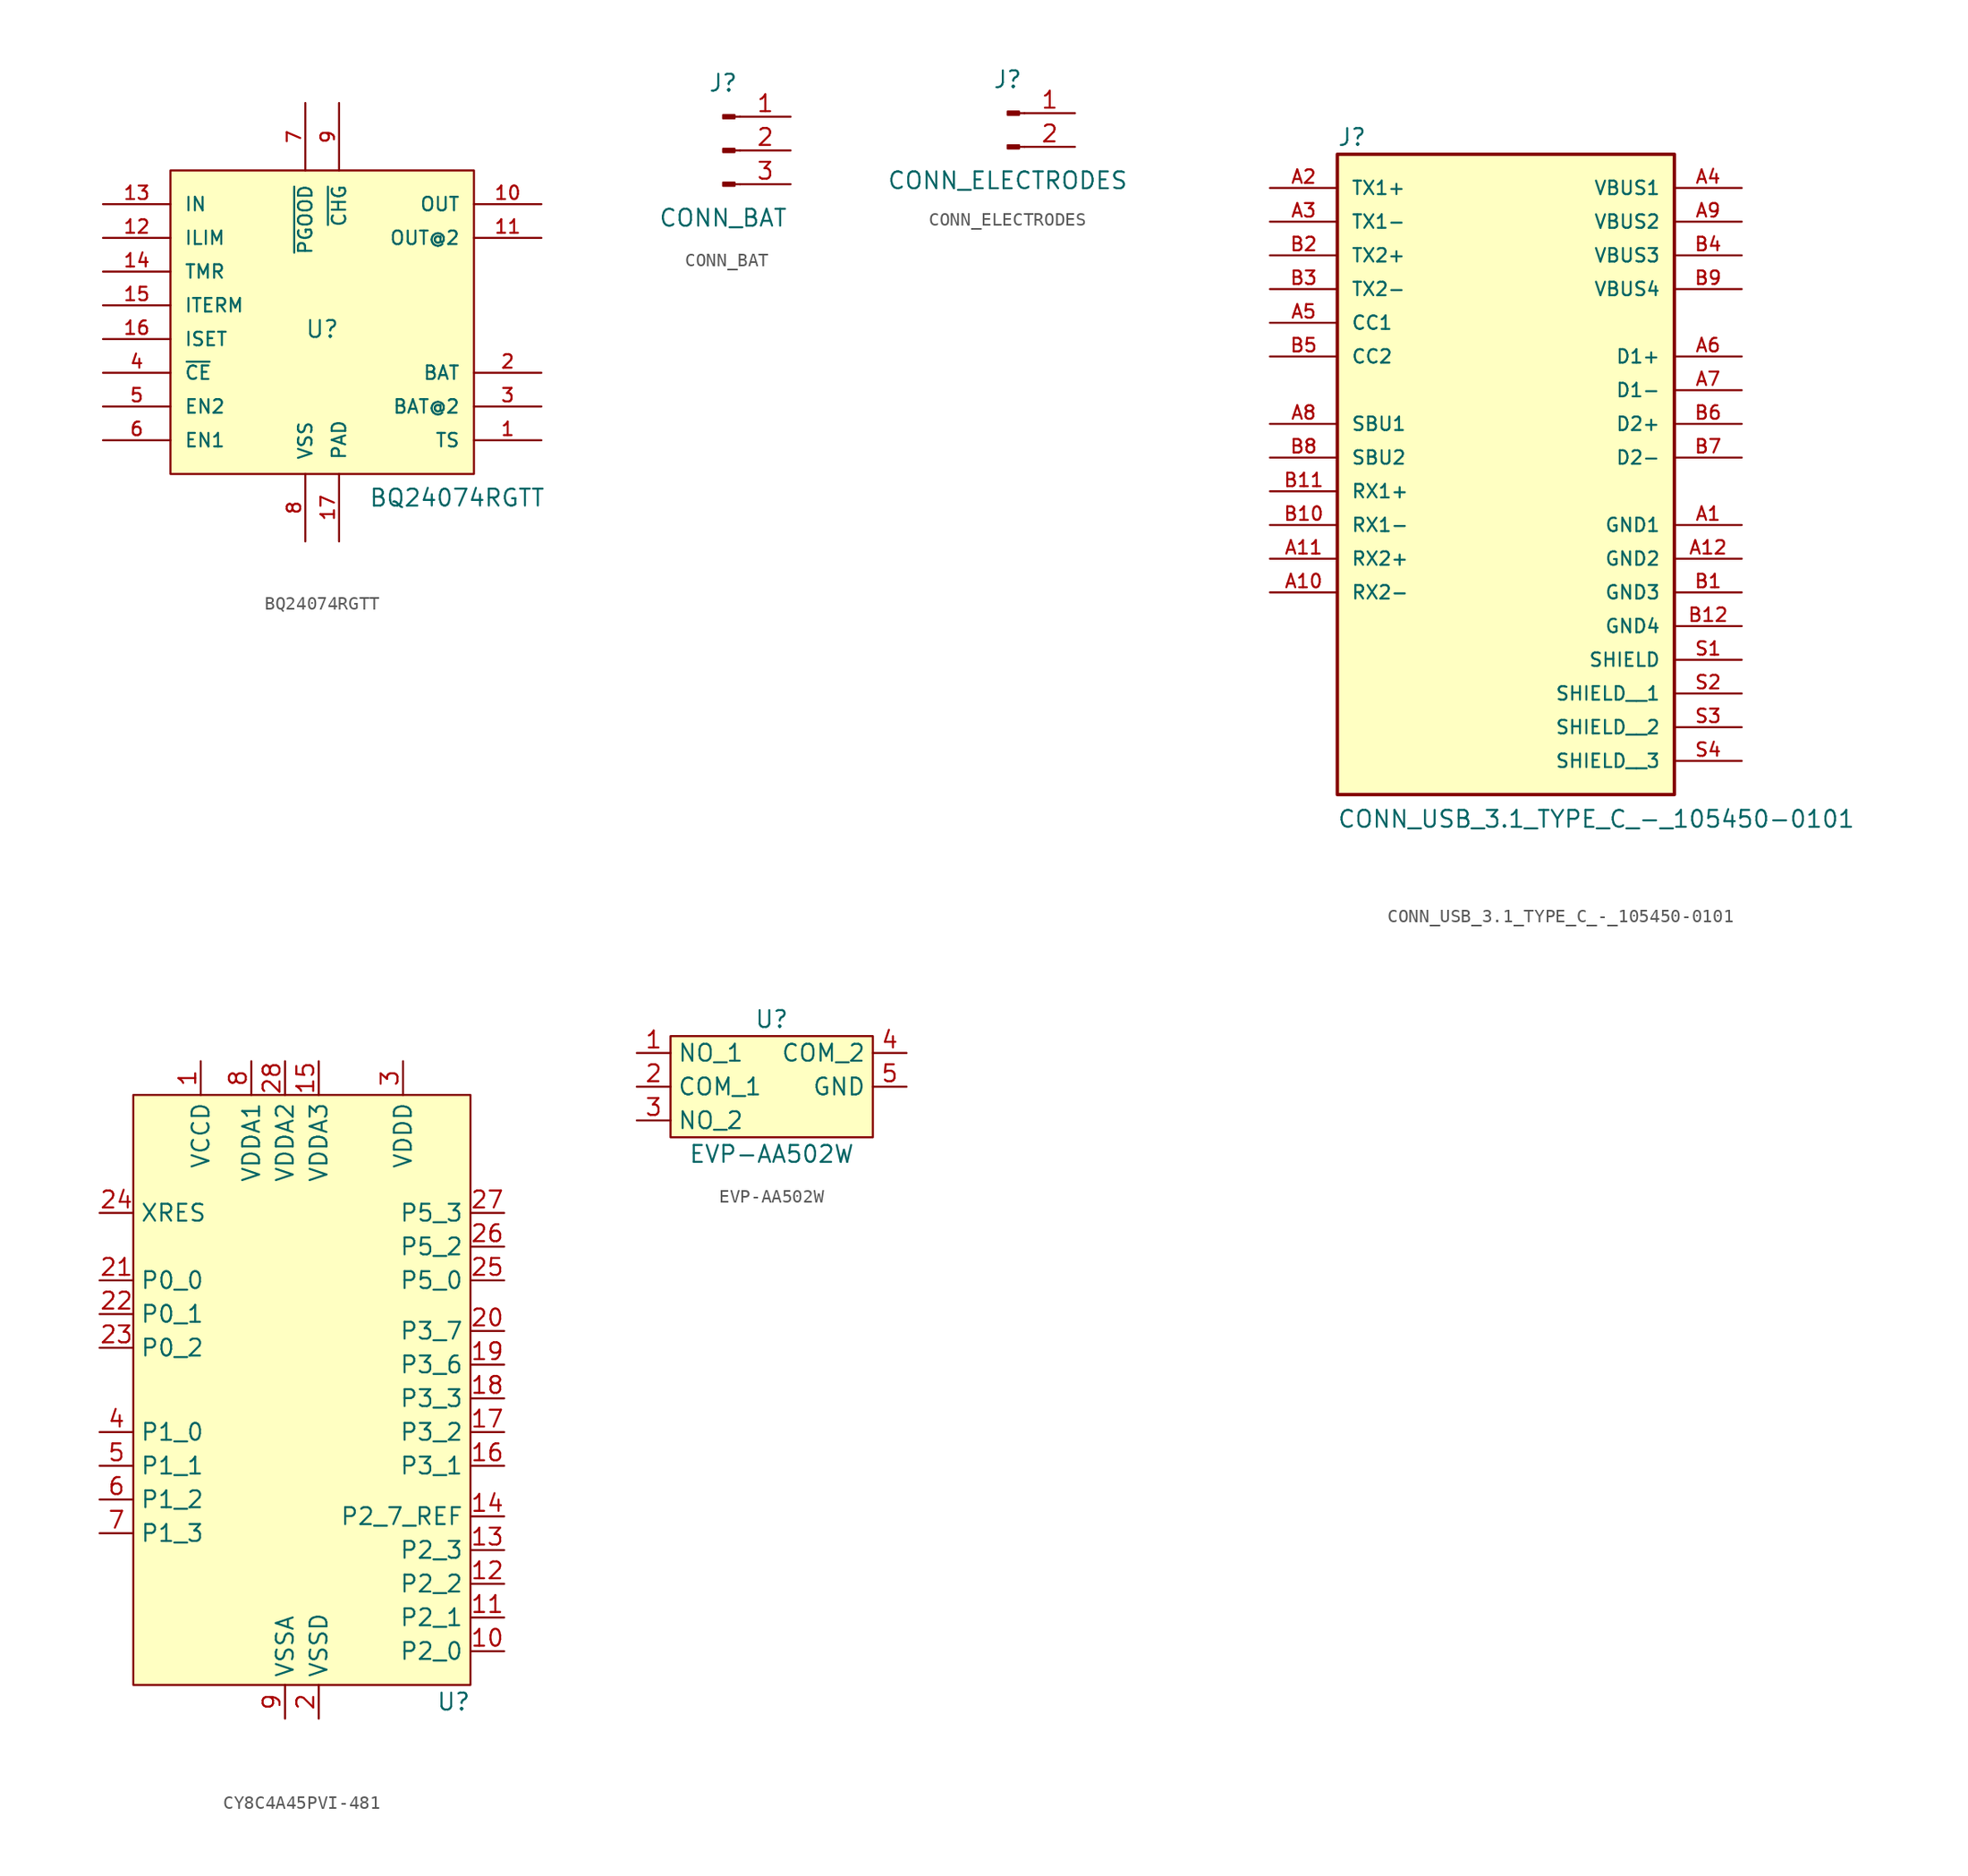
<source format=kicad_sym>
(kicad_symbol_lib
  (version 20241209)
  (generator "kicad_symbol_editor")
  (generator_version "9.0")
  (symbol "BQ24074RGTT"
    (pin_names
      (offset 1.016))
    (property "Reference" "U"
      (at 11.43 10.16 0)
      (effects (font (size 1.27 1.27)) (justify bottom)))
    (property "Value" "BQ24074RGTT"
      (at 21.59 -2.54 0)
      (effects (font (size 1.27 1.27)) (justify bottom)))
    (symbol "BQ24074RGTT_0_0"
      (rectangle (start 0 0) (end 22.86 22.86) (stroke (width 0.152) (type default)) (fill (type background)))
      (pin bidirectional line (at -5.08 20.32 0) (length 5.08) (name "IN" (effects (font (size 1.016 1.016)))) (number "13" (effects (font (size 1.016 1.016)))))
      (pin bidirectional line (at -5.08 17.78 0) (length 5.08) (name "ILIM" (effects (font (size 1.016 1.016)))) (number "12" (effects (font (size 1.016 1.016)))))
      (pin bidirectional line (at -5.08 15.24 0) (length 5.08) (name "TMR" (effects (font (size 1.016 1.016)))) (number "14" (effects (font (size 1.016 1.016)))))
      (pin bidirectional line (at -5.08 12.7 0) (length 5.08) (name "ITERM" (effects (font (size 1.016 1.016)))) (number "15" (effects (font (size 1.016 1.016)))))
      (pin bidirectional line (at -5.08 10.16 0) (length 5.08) (name "ISET" (effects (font (size 1.016 1.016)))) (number "16" (effects (font (size 1.016 1.016)))))
      (pin bidirectional line (at -5.08 7.62 0) (length 5.08) (name "~{CE}" (effects (font (size 1.016 1.016)))) (number "4" (effects (font (size 1.016 1.016)))))
      (pin bidirectional line (at -5.08 5.08 0) (length 5.08) (name "EN2" (effects (font (size 1.016 1.016)))) (number "5" (effects (font (size 1.016 1.016)))))
      (pin bidirectional line (at -5.08 2.54 0) (length 5.08) (name "EN1" (effects (font (size 1.016 1.016)))) (number "6" (effects (font (size 1.016 1.016)))))
      (pin bidirectional line (at 10.16 27.94 270) (length 5.08) (name "~{PGOOD}" (effects (font (size 1.016 1.016)))) (number "7" (effects (font (size 1.016 1.016)))))
      (pin bidirectional line (at 10.16 -5.08 90) (length 5.08) (name "VSS" (effects (font (size 1.016 1.016)))) (number "8" (effects (font (size 1.016 1.016)))))
      (pin bidirectional line (at 12.7 27.94 270) (length 5.08) (name "~{CHG}" (effects (font (size 1.016 1.016)))) (number "9" (effects (font (size 1.016 1.016)))))
      (pin bidirectional line (at 12.7 -5.08 90) (length 5.08) (name "PAD" (effects (font (size 1.016 1.016)))) (number "17" (effects (font (size 1.016 1.016)))))
      (pin bidirectional line (at 27.94 20.32 180) (length 5.08) (name "OUT" (effects (font (size 1.016 1.016)))) (number "10" (effects (font (size 1.016 1.016)))))
      (pin bidirectional line (at 27.94 17.78 180) (length 5.08) (name "OUT@2" (effects (font (size 1.016 1.016)))) (number "11" (effects (font (size 1.016 1.016)))))
      (pin bidirectional line (at 27.94 7.62 180) (length 5.08) (name "BAT" (effects (font (size 1.016 1.016)))) (number "2" (effects (font (size 1.016 1.016)))))
      (pin bidirectional line (at 27.94 5.08 180) (length 5.08) (name "BAT@2" (effects (font (size 1.016 1.016)))) (number "3" (effects (font (size 1.016 1.016)))))
      (pin bidirectional line (at 27.94 2.54 180) (length 5.08) (name "TS" (effects (font (size 1.016 1.016)))) (number "1" (effects (font (size 1.016 1.016)))))))
  (symbol "CONN_BAT"
    (pin_names
      (offset 1.016)
      (hide yes))
    (property "Reference" "J"
      (at 0 5.08 0)
      (effects (font (size 1.27 1.27))))
    (property "Value" "CONN_BAT"
      (at 0 -5.08 0)
      (effects (font (size 1.27 1.27))))
    (property "ki_locked" ""
      (at 0 0 0)
      (effects (font (size 1.27 1.27))))
    (symbol "CONN_BAT_1_1"
      (rectangle (start 0.864 2.667) (end 0 2.413) (stroke (width 0.152) (type default)) (fill (type outline)))
      (rectangle (start 0.864 0.127) (end 0 -0.127) (stroke (width 0.152) (type default)) (fill (type outline)))
      (rectangle (start 0.864 -2.413) (end 0 -2.667) (stroke (width 0.152) (type default)) (fill (type outline)))
      (polyline (pts (xy 1.27 2.54) (xy 0.864 2.54)) (stroke (width 0.152) (type default)) (fill (type none)))
      (polyline (pts (xy 1.27 0) (xy 0.864 0)) (stroke (width 0.152) (type default)) (fill (type none)))
      (polyline (pts (xy 1.27 -2.54) (xy 0.864 -2.54)) (stroke (width 0.152) (type default)) (fill (type none)))
      (pin passive line (at 5.08 2.54 180) (length 3.81) (name "Pin_1" (effects (font (size 1.27 1.27)))) (number "1" (effects (font (size 1.27 1.27)))))
      (pin passive line (at 5.08 0 180) (length 3.81) (name "Pin_2" (effects (font (size 1.27 1.27)))) (number "2" (effects (font (size 1.27 1.27)))))
      (pin passive line (at 5.08 -2.54 180) (length 3.81) (name "Pin_3" (effects (font (size 1.27 1.27)))) (number "3" (effects (font (size 1.27 1.27)))))))
  (symbol "CONN_ELECTRODES"
    (pin_names
      (offset 1.016)
      (hide yes))
    (property "Reference" "J"
      (at 0 5.08 0)
      (effects (font (size 1.27 1.27))))
    (property "Value" "CONN_ELECTRODES"
      (at 0 -2.54 0)
      (effects (font (size 1.27 1.27))))
    (property "ki_locked" ""
      (at 0 0 0)
      (effects (font (size 1.27 1.27))))
    (symbol "CONN_ELECTRODES_1_1"
      (rectangle (start 0 2.667) (end 0.864 2.413) (stroke (width 0.152) (type default)) (fill (type outline)))
      (rectangle (start 0 0.127) (end 0.864 -0.127) (stroke (width 0.152) (type default)) (fill (type outline)))
      (polyline (pts (xy 1.27 2.54) (xy 0.864 2.54)) (stroke (width 0.152) (type default)) (fill (type none)))
      (polyline (pts (xy 1.27 0) (xy 0.864 0)) (stroke (width 0.152) (type default)) (fill (type none)))
      (pin passive line (at 5.08 2.54 180) (length 3.81) (name "Pin_1" (effects (font (size 1.27 1.27)))) (number "1" (effects (font (size 1.27 1.27)))))
      (pin passive line (at 5.08 0 180) (length 3.81) (name "Pin_2" (effects (font (size 1.27 1.27)))) (number "2" (effects (font (size 1.27 1.27)))))))
  (symbol "CONN_USB_3.1_TYPE_C_-_105450-0101"
    (pin_names
      (offset 1.016))
    (property "Reference" "J"
      (at -12.721 20.86 0)
      (effects (font (size 1.27 1.27)) (justify left bottom)))
    (property "Value" "CONN_USB_3.1_TYPE_C_-_105450-0101"
      (at -12.726 -30.527 0)
      (effects (font (size 1.27 1.27)) (justify left bottom)))
    (symbol "CONN_USB_3.1_TYPE_C_-_105450-0101_0_0"
      (rectangle (start -12.7 -27.94) (end 12.7 20.32) (stroke (width 0.254) (type default)) (fill (type background)))
      (pin passive line (at -17.78 17.78 0) (length 5.08) (name "TX1+" (effects (font (size 1.016 1.016)))) (number "A2" (effects (font (size 1.016 1.016)))))
      (pin passive line (at -17.78 15.24 0) (length 5.08) (name "TX1-" (effects (font (size 1.016 1.016)))) (number "A3" (effects (font (size 1.016 1.016)))))
      (pin passive line (at -17.78 12.7 0) (length 5.08) (name "TX2+" (effects (font (size 1.016 1.016)))) (number "B2" (effects (font (size 1.016 1.016)))))
      (pin passive line (at -17.78 10.16 0) (length 5.08) (name "TX2-" (effects (font (size 1.016 1.016)))) (number "B3" (effects (font (size 1.016 1.016)))))
      (pin passive line (at -17.78 7.62 0) (length 5.08) (name "CC1" (effects (font (size 1.016 1.016)))) (number "A5" (effects (font (size 1.016 1.016)))))
      (pin passive line (at -17.78 5.08 0) (length 5.08) (name "CC2" (effects (font (size 1.016 1.016)))) (number "B5" (effects (font (size 1.016 1.016)))))
      (pin passive line (at -17.78 0 0) (length 5.08) (name "SBU1" (effects (font (size 1.016 1.016)))) (number "A8" (effects (font (size 1.016 1.016)))))
      (pin passive line (at -17.78 -2.54 0) (length 5.08) (name "SBU2" (effects (font (size 1.016 1.016)))) (number "B8" (effects (font (size 1.016 1.016)))))
      (pin passive line (at -17.78 -5.08 0) (length 5.08) (name "RX1+" (effects (font (size 1.016 1.016)))) (number "B11" (effects (font (size 1.016 1.016)))))
      (pin passive line (at -17.78 -7.62 0) (length 5.08) (name "RX1-" (effects (font (size 1.016 1.016)))) (number "B10" (effects (font (size 1.016 1.016)))))
      (pin passive line (at -17.78 -10.16 0) (length 5.08) (name "RX2+" (effects (font (size 1.016 1.016)))) (number "A11" (effects (font (size 1.016 1.016)))))
      (pin passive line (at -17.78 -12.7 0) (length 5.08) (name "RX2-" (effects (font (size 1.016 1.016)))) (number "A10" (effects (font (size 1.016 1.016)))))
      (pin passive line (at 17.78 17.78 180) (length 5.08) (name "VBUS1" (effects (font (size 1.016 1.016)))) (number "A4" (effects (font (size 1.016 1.016)))))
      (pin passive line (at 17.78 15.24 180) (length 5.08) (name "VBUS2" (effects (font (size 1.016 1.016)))) (number "A9" (effects (font (size 1.016 1.016)))))
      (pin passive line (at 17.78 12.7 180) (length 5.08) (name "VBUS3" (effects (font (size 1.016 1.016)))) (number "B4" (effects (font (size 1.016 1.016)))))
      (pin passive line (at 17.78 10.16 180) (length 5.08) (name "VBUS4" (effects (font (size 1.016 1.016)))) (number "B9" (effects (font (size 1.016 1.016)))))
      (pin passive line (at 17.78 5.08 180) (length 5.08) (name "D1+" (effects (font (size 1.016 1.016)))) (number "A6" (effects (font (size 1.016 1.016)))))
      (pin passive line (at 17.78 2.54 180) (length 5.08) (name "D1-" (effects (font (size 1.016 1.016)))) (number "A7" (effects (font (size 1.016 1.016)))))
      (pin passive line (at 17.78 0 180) (length 5.08) (name "D2+" (effects (font (size 1.016 1.016)))) (number "B6" (effects (font (size 1.016 1.016)))))
      (pin passive line (at 17.78 -2.54 180) (length 5.08) (name "D2-" (effects (font (size 1.016 1.016)))) (number "B7" (effects (font (size 1.016 1.016)))))
      (pin passive line (at 17.78 -7.62 180) (length 5.08) (name "GND1" (effects (font (size 1.016 1.016)))) (number "A1" (effects (font (size 1.016 1.016)))))
      (pin passive line (at 17.78 -10.16 180) (length 5.08) (name "GND2" (effects (font (size 1.016 1.016)))) (number "A12" (effects (font (size 1.016 1.016)))))
      (pin passive line (at 17.78 -12.7 180) (length 5.08) (name "GND3" (effects (font (size 1.016 1.016)))) (number "B1" (effects (font (size 1.016 1.016)))))
      (pin passive line (at 17.78 -15.24 180) (length 5.08) (name "GND4" (effects (font (size 1.016 1.016)))) (number "B12" (effects (font (size 1.016 1.016)))))
      (pin passive line (at 17.78 -17.78 180) (length 5.08) (name "SHIELD" (effects (font (size 1.016 1.016)))) (number "S1" (effects (font (size 1.016 1.016)))))
      (pin passive line (at 17.78 -20.32 180) (length 5.08) (name "SHIELD__1" (effects (font (size 1.016 1.016)))) (number "S2" (effects (font (size 1.016 1.016)))))
      (pin passive line (at 17.78 -22.86 180) (length 5.08) (name "SHIELD__2" (effects (font (size 1.016 1.016)))) (number "S3" (effects (font (size 1.016 1.016)))))
      (pin passive line (at 17.78 -25.4 180) (length 5.08) (name "SHIELD__3" (effects (font (size 1.016 1.016)))) (number "S4" (effects (font (size 1.016 1.016)))))))
  (symbol "CY8C4A45PVI-481"
    (property "Reference" "U"
      (at 11.43 -31.75 0)
      (effects (font (size 1.27 1.27))))
    (property "Value" ""
      (at 0 0 0)
      (effects (font (size 1.27 1.27))))
    (symbol "CY8C4A45PVI-481_1_1"
      (rectangle (start -12.7 13.97) (end 12.7 -30.48) (stroke (width 0) (type default)) (fill (type background)))
      (pin input line (at -15.24 5.08 0) (length 2.54) (name "XRES" (effects (font (size 1.27 1.27)))) (number "24" (effects (font (size 1.27 1.27)))))
      (pin input line (at -15.24 0 0) (length 2.54) (name "P0_0" (effects (font (size 1.27 1.27)))) (number "21" (effects (font (size 1.27 1.27)))))
      (pin input line (at -15.24 -2.54 0) (length 2.54) (name "P0_1" (effects (font (size 1.27 1.27)))) (number "22" (effects (font (size 1.27 1.27)))))
      (pin input line (at -15.24 -5.08 0) (length 2.54) (name "P0_2" (effects (font (size 1.27 1.27)))) (number "23" (effects (font (size 1.27 1.27)))))
      (pin input line (at -15.24 -11.43 0) (length 2.54) (name "P1_0" (effects (font (size 1.27 1.27)))) (number "4" (effects (font (size 1.27 1.27)))))
      (pin input line (at -15.24 -13.97 0) (length 2.54) (name "P1_1" (effects (font (size 1.27 1.27)))) (number "5" (effects (font (size 1.27 1.27)))))
      (pin input line (at -15.24 -16.51 0) (length 2.54) (name "P1_2" (effects (font (size 1.27 1.27)))) (number "6" (effects (font (size 1.27 1.27)))))
      (pin input line (at -15.24 -19.05 0) (length 2.54) (name "P1_3" (effects (font (size 1.27 1.27)))) (number "7" (effects (font (size 1.27 1.27)))))
      (pin input line (at -7.62 16.51 270) (length 2.54) (name "VCCD" (effects (font (size 1.27 1.27)))) (number "1" (effects (font (size 1.27 1.27)))))
      (pin input line (at -3.81 16.51 270) (length 2.54) (name "VDDA1" (effects (font (size 1.27 1.27)))) (number "8" (effects (font (size 1.27 1.27)))))
      (pin input line (at -1.27 16.51 270) (length 2.54) (name "VDDA2" (effects (font (size 1.27 1.27)))) (number "28" (effects (font (size 1.27 1.27)))))
      (pin input line (at -1.27 -33.02 90) (length 2.54) (name "VSSA" (effects (font (size 1.27 1.27)))) (number "9" (effects (font (size 1.27 1.27)))))
      (pin input line (at 1.27 16.51 270) (length 2.54) (name "VDDA3" (effects (font (size 1.27 1.27)))) (number "15" (effects (font (size 1.27 1.27)))))
      (pin input line (at 1.27 -33.02 90) (length 2.54) (name "VSSD" (effects (font (size 1.27 1.27)))) (number "2" (effects (font (size 1.27 1.27)))))
      (pin input line (at 7.62 16.51 270) (length 2.54) (name "VDDD" (effects (font (size 1.27 1.27)))) (number "3" (effects (font (size 1.27 1.27)))))
      (pin input line (at 15.24 5.08 180) (length 2.54) (name "P5_3" (effects (font (size 1.27 1.27)))) (number "27" (effects (font (size 1.27 1.27)))))
      (pin input line (at 15.24 2.54 180) (length 2.54) (name "P5_2" (effects (font (size 1.27 1.27)))) (number "26" (effects (font (size 1.27 1.27)))))
      (pin input line (at 15.24 0 180) (length 2.54) (name "P5_0" (effects (font (size 1.27 1.27)))) (number "25" (effects (font (size 1.27 1.27)))))
      (pin input line (at 15.24 -3.81 180) (length 2.54) (name "P3_7" (effects (font (size 1.27 1.27)))) (number "20" (effects (font (size 1.27 1.27)))))
      (pin input line (at 15.24 -6.35 180) (length 2.54) (name "P3_6" (effects (font (size 1.27 1.27)))) (number "19" (effects (font (size 1.27 1.27)))))
      (pin input line (at 15.24 -8.89 180) (length 2.54) (name "P3_3" (effects (font (size 1.27 1.27)))) (number "18" (effects (font (size 1.27 1.27)))))
      (pin input line (at 15.24 -11.43 180) (length 2.54) (name "P3_2" (effects (font (size 1.27 1.27)))) (number "17" (effects (font (size 1.27 1.27)))))
      (pin input line (at 15.24 -13.97 180) (length 2.54) (name "P3_1" (effects (font (size 1.27 1.27)))) (number "16" (effects (font (size 1.27 1.27)))))
      (pin input line (at 15.24 -17.78 180) (length 2.54) (name "P2_7_REF" (effects (font (size 1.27 1.27)))) (number "14" (effects (font (size 1.27 1.27)))))
      (pin input line (at 15.24 -20.32 180) (length 2.54) (name "P2_3" (effects (font (size 1.27 1.27)))) (number "13" (effects (font (size 1.27 1.27)))))
      (pin input line (at 15.24 -22.86 180) (length 2.54) (name "P2_2" (effects (font (size 1.27 1.27)))) (number "12" (effects (font (size 1.27 1.27)))))
      (pin input line (at 15.24 -25.4 180) (length 2.54) (name "P2_1" (effects (font (size 1.27 1.27)))) (number "11" (effects (font (size 1.27 1.27)))))
      (pin input line (at 15.24 -27.94 180) (length 2.54) (name "P2_0" (effects (font (size 1.27 1.27)))) (number "10" (effects (font (size 1.27 1.27)))))))
  (symbol "EVP-AA502W"
    (property "Reference" "U"
      (at 0 5.08 0)
      (effects (font (size 1.27 1.27))))
    (property "Value" "EVP-AA502W"
      (at 0 -5.08 0)
      (effects (font (size 1.27 1.27))))
    (symbol "EVP-AA502W_1_1"
      (rectangle (start -7.62 3.81) (end 7.62 -3.81) (stroke (width 0) (type default)) (fill (type background)))
      (pin input line (at -10.16 2.54 0) (length 2.54) (name "NO_1" (effects (font (size 1.27 1.27)))) (number "1" (effects (font (size 1.27 1.27)))))
      (pin input line (at -10.16 0 0) (length 2.54) (name "COM_1" (effects (font (size 1.27 1.27)))) (number "2" (effects (font (size 1.27 1.27)))))
      (pin input line (at -10.16 -2.54 0) (length 2.54) (name "NO_2" (effects (font (size 1.27 1.27)))) (number "3" (effects (font (size 1.27 1.27)))))
      (pin input line (at 10.16 2.54 180) (length 2.54) (name "COM_2" (effects (font (size 1.27 1.27)))) (number "4" (effects (font (size 1.27 1.27)))))
      (pin input line (at 10.16 0 180) (length 2.54) (name "GND" (effects (font (size 1.27 1.27)))) (number "5" (effects (font (size 1.27 1.27))))))))
</source>
